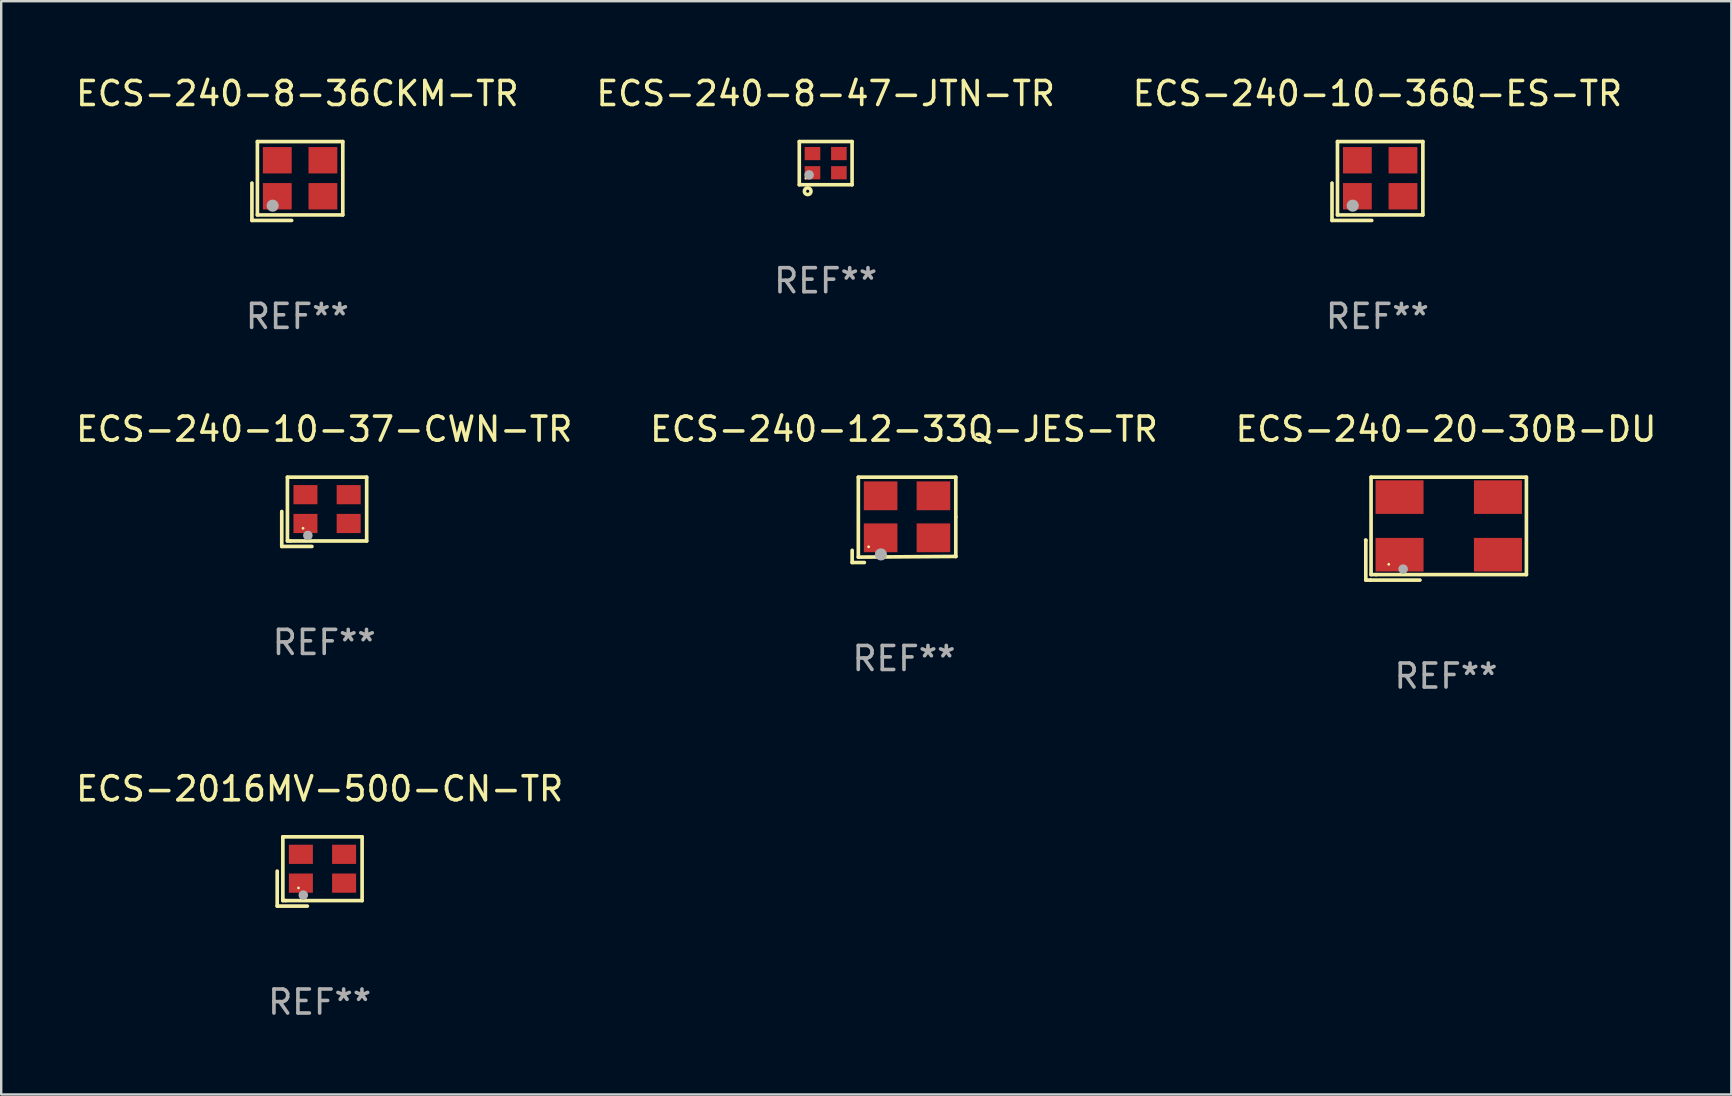
<source format=kicad_pcb>
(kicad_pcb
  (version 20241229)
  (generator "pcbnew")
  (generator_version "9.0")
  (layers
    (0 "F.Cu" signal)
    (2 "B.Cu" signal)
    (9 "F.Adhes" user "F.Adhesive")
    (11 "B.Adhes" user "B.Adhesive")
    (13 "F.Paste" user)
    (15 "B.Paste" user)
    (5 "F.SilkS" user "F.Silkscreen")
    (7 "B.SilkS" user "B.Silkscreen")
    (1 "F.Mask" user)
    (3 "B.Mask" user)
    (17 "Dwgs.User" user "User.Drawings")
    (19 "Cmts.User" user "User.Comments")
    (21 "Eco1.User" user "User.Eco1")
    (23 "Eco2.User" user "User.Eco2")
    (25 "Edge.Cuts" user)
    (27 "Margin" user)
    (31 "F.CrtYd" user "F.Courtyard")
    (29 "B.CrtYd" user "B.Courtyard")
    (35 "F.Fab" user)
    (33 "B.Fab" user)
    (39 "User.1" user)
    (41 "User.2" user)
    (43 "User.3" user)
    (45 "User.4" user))
  (footprint "ECS-2016MV-500-CN-TR"
    (layer "F.Cu")
    (at 10.268 33.258)
    (property "Reference" "ECS-2016MV-500-CN-TR" (at 0 -3.443 0) (layer "F.SilkS") (effects (font (size 1 1) (thickness 0.15))))
    (attr through_hole)
    (fp_line (start -1.769 -0.014) (end -1.769 1.443) (stroke (width 0.152) (type solid)) (layer "F.SilkS"))
    (fp_line (start -1.769 1.443) (end -0.512 1.443) (stroke (width 0.152) (type solid)) (layer "F.SilkS"))
    (fp_line (start -1.533 -1.443) (end 1.769 -1.443) (stroke (width 0.152) (type solid)) (layer "F.SilkS"))
    (fp_line (start -1.533 1.214) (end -1.533 -1.443) (stroke (width 0.152) (type solid)) (layer "F.SilkS"))
    (fp_line (start -1.411 1.214) (end -1.533 1.214) (stroke (width 0.152) (type solid)) (layer "F.SilkS"))
    (fp_line (start 1.769 -1.443) (end 1.769 1.214) (stroke (width 0.152) (type solid)) (layer "F.SilkS"))
    (fp_line (start 1.769 1.214) (end -1.411 1.214) (stroke (width 0.152) (type solid)) (layer "F.SilkS"))
    (fp_circle (center -0.882 0.686) (end -0.852 0.686) (stroke (width 0.06) (type solid)) (fill no) (layer "F.SilkS"))
    (fp_circle (center -0.682 0.986) (end -0.582 0.986) (stroke (width 0.2) (type solid)) (fill no) (layer "F.Fab"))
    (fp_text user "REF**" (at 0 5.443 0) (layer "F.Fab") (effects (font (size 1 1) (thickness 0.15))))
    (pad "1" smd rect (at -0.782 0.486 90) (size 0.8 1) (layers "F.Cu" "F.Mask" "F.Paste"))
    (pad "2" smd rect (at 1.018 0.486 90) (size 0.8 1) (layers "F.Cu" "F.Mask" "F.Paste"))
    (pad "3" smd rect (at 1.018 -0.714 90) (size 0.8 1) (layers "F.Cu" "F.Mask" "F.Paste"))
    (pad "4" smd rect (at -0.782 -0.714 90) (size 0.8 1) (layers "F.Cu" "F.Mask" "F.Paste")))
  (footprint "ECS-240-10-36Q-ES-TR"
    (layer "F.Cu")
    (at 54.339 4.491)
    (property "Reference" "ECS-240-10-36Q-ES-TR" (at 0 -3.643 0) (layer "F.SilkS") (effects (font (size 1 1) (thickness 0.15))))
    (attr through_hole)
    (fp_line (start -1.893 0.086) (end -1.893 1.643) (stroke (width 0.152) (type solid)) (layer "F.SilkS"))
    (fp_line (start -1.893 1.643) (end -0.237 1.643) (stroke (width 0.152) (type solid)) (layer "F.SilkS"))
    (fp_line (start -1.665 -1.643) (end 1.893 -1.643) (stroke (width 0.152) (type solid)) (layer "F.SilkS"))
    (fp_line (start -1.665 1.414) (end -1.665 -1.643) (stroke (width 0.152) (type solid)) (layer "F.SilkS"))
    (fp_line (start 1.893 -1.643) (end 1.893 1.414) (stroke (width 0.152) (type solid)) (layer "F.SilkS"))
    (fp_line (start 1.893 1.414) (end -1.665 1.414) (stroke (width 0.152) (type solid)) (layer "F.SilkS"))
    (fp_circle (center -1.136 0.885) (end -1.106 0.885) (stroke (width 0.06) (type solid)) (fill no) (layer "F.SilkS"))
    (fp_circle (center -1.029 1.028) (end -0.902 1.028) (stroke (width 0.254) (type solid)) (fill no) (layer "F.Fab"))
    (fp_text user "REF**" (at 0 5.643 0) (layer "F.Fab") (effects (font (size 1 1) (thickness 0.15))))
    (pad "1" smd rect (at -0.836 0.636) (size 1.2 1.1) (layers "F.Cu" "F.Mask" "F.Paste"))
    (pad "2" smd rect (at 1.064 0.636) (size 1.2 1.1) (layers "F.Cu" "F.Mask" "F.Paste"))
    (pad "3" smd rect (at 1.064 -0.865) (size 1.2 1.1) (layers "F.Cu" "F.Mask" "F.Paste"))
    (pad "4" smd rect (at -0.836 -0.865) (size 1.2 1.1) (layers "F.Cu" "F.Mask" "F.Paste")))
  (footprint "ECS-240-8-36CKM-TR"
    (layer "F.Cu")
    (at 9.339 4.491)
    (property "Reference" "ECS-240-8-36CKM-TR" (at 0 -3.643 0) (layer "F.SilkS") (effects (font (size 1 1) (thickness 0.15))))
    (attr through_hole)
    (fp_line (start -1.893 0.086) (end -1.893 1.643) (stroke (width 0.152) (type solid)) (layer "F.SilkS"))
    (fp_line (start -1.893 1.643) (end -0.237 1.643) (stroke (width 0.152) (type solid)) (layer "F.SilkS"))
    (fp_line (start -1.665 -1.643) (end 1.893 -1.643) (stroke (width 0.152) (type solid)) (layer "F.SilkS"))
    (fp_line (start -1.665 1.414) (end -1.665 -1.643) (stroke (width 0.152) (type solid)) (layer "F.SilkS"))
    (fp_line (start 1.893 -1.643) (end 1.893 1.414) (stroke (width 0.152) (type solid)) (layer "F.SilkS"))
    (fp_line (start 1.893 1.414) (end -1.665 1.414) (stroke (width 0.152) (type solid)) (layer "F.SilkS"))
    (fp_circle (center -1.136 0.885) (end -1.106 0.885) (stroke (width 0.06) (type solid)) (fill no) (layer "F.SilkS"))
    (fp_circle (center -1.029 1.028) (end -0.902 1.028) (stroke (width 0.254) (type solid)) (fill no) (layer "F.Fab"))
    (fp_text user "REF**" (at 0 5.643 0) (layer "F.Fab") (effects (font (size 1 1) (thickness 0.15))))
    (pad "1" smd rect (at -0.836 0.636) (size 1.2 1.1) (layers "F.Cu" "F.Mask" "F.Paste"))
    (pad "2" smd rect (at 1.064 0.636) (size 1.2 1.1) (layers "F.Cu" "F.Mask" "F.Paste"))
    (pad "3" smd rect (at 1.064 -0.865) (size 1.2 1.1) (layers "F.Cu" "F.Mask" "F.Paste"))
    (pad "4" smd rect (at -0.836 -0.865) (size 1.2 1.1) (layers "F.Cu" "F.Mask" "F.Paste")))
  (footprint "ECS-240-12-33Q-JES-TR"
    (layer "F.Cu")
    (at 34.613 18.609)
    (property "Reference" "ECS-240-12-33Q-JES-TR" (at 0 -3.778 0) (layer "F.SilkS") (effects (font (size 1 1) (thickness 0.15))))
    (attr through_hole)
    (fp_line (start -2.159 1.27) (end -2.159 1.778) (stroke (width 0.152) (type solid)) (layer "F.SilkS"))
    (fp_line (start -2.159 1.778) (end -1.651 1.778) (stroke (width 0.152) (type solid)) (layer "F.SilkS"))
    (fp_line (start -1.902 -1.778) (end 2.159 -1.778) (stroke (width 0.152) (type solid)) (layer "F.SilkS"))
    (fp_line (start -1.902 1.552) (end -1.902 -1.778) (stroke (width 0.152) (type solid)) (layer "F.SilkS"))
    (fp_line (start 2.159 -1.778) (end 2.159 -0.127) (stroke (width 0.152) (type solid)) (layer "F.SilkS"))
    (fp_line (start 2.159 -0.127) (end 2.159 1.524) (stroke (width 0.152) (type solid)) (layer "F.SilkS"))
    (fp_line (start 2.159 1.524) (end -1.902 1.552) (stroke (width 0.152) (type solid)) (layer "F.SilkS"))
    (fp_line (start 2.159 1.524) (end 2.159 1.524) (stroke (width 0.152) (type solid)) (layer "F.SilkS"))
    (fp_circle (center -1.473 1.123) (end -1.443 1.123) (stroke (width 0.06) (type solid)) (fill no) (layer "F.SilkS"))
    (fp_circle (center -0.961 1.44) (end -0.834 1.44) (stroke (width 0.254) (type solid)) (fill no) (layer "F.Fab"))
    (fp_text user "REF**" (at 0 5.778 0) (layer "F.Fab") (effects (font (size 1 1) (thickness 0.15))))
    (pad "1" smd rect (at -0.973 0.748) (size 1.4 1.2) (layers "F.Cu" "F.Mask" "F.Paste"))
    (pad "2" smd rect (at 1.227 0.748) (size 1.4 1.2) (layers "F.Cu" "F.Mask" "F.Paste"))
    (pad "3" smd rect (at 1.227 -1.002) (size 1.4 1.2) (layers "F.Cu" "F.Mask" "F.Paste"))
    (pad "4" smd rect (at -0.973 -1.002) (size 1.4 1.2) (layers "F.Cu" "F.Mask" "F.Paste")))
  (footprint "ECS-240-8-47-JTN-TR"
    (layer "F.Cu")
    (at 31.351 3.748)
    (property "Reference" "ECS-240-8-47-JTN-TR" (at 0 -2.9 0) (layer "F.SilkS") (effects (font (size 1 1) (thickness 0.15))))
    (attr through_hole)
    (fp_line (start -1.1 -0.9) (end -1.1 0.9) (stroke (width 0.15) (type solid)) (layer "F.SilkS"))
    (fp_line (start -1.1 -0.9) (end 1.1 -0.9) (stroke (width 0.15) (type solid)) (layer "F.SilkS"))
    (fp_line (start -1.1 0.9) (end 1.1 0.9) (stroke (width 0.15) (type solid)) (layer "F.SilkS"))
    (fp_line (start 1.1 -0.9) (end 1.1 0.9) (stroke (width 0.15) (type solid)) (layer "F.SilkS"))
    (fp_circle (center -0.825 0.625) (end -0.795 0.625) (stroke (width 0.06) (type solid)) (fill no) (layer "F.SilkS"))
    (fp_circle (center -0.75 1.17) (end -0.686 1.17) (stroke (width 0.15) (type solid)) (fill no) (layer "F.SilkS"))
    (fp_circle (center -0.69 0.49) (end -0.59 0.49) (stroke (width 0.2) (type solid)) (fill no) (layer "F.Fab"))
    (fp_text user "REF**" (at 0 4.9 0) (layer "F.Fab") (effects (font (size 1 1) (thickness 0.15))))
    (pad "1" smd rect (at -0.55 0.4) (size 0.65 0.55) (layers "F.Cu" "F.Mask" "F.Paste"))
    (pad "2" smd rect (at 0.55 0.4) (size 0.65 0.55) (layers "F.Cu" "F.Mask" "F.Paste"))
    (pad "3" smd rect (at 0.55 -0.4) (size 0.65 0.55) (layers "F.Cu" "F.Mask" "F.Paste"))
    (pad "4" smd rect (at -0.55 -0.4) (size 0.65 0.55) (layers "F.Cu" "F.Mask" "F.Paste")))
  (footprint "ECS-240-10-37-CWN-TR"
    (layer "F.Cu")
    (at 10.458 18.274)
    (property "Reference" "ECS-240-10-37-CWN-TR" (at 0 -3.443 0) (layer "F.SilkS") (effects (font (size 1 1) (thickness 0.15))))
    (attr through_hole)
    (fp_line (start -1.769 -0.014) (end -1.769 1.443) (stroke (width 0.152) (type solid)) (layer "F.SilkS"))
    (fp_line (start -1.769 1.443) (end -0.512 1.443) (stroke (width 0.152) (type solid)) (layer "F.SilkS"))
    (fp_line (start -1.533 -1.443) (end 1.769 -1.443) (stroke (width 0.152) (type solid)) (layer "F.SilkS"))
    (fp_line (start -1.533 1.214) (end -1.533 -1.443) (stroke (width 0.152) (type solid)) (layer "F.SilkS"))
    (fp_line (start -1.411 1.214) (end -1.533 1.214) (stroke (width 0.152) (type solid)) (layer "F.SilkS"))
    (fp_line (start 1.769 -1.443) (end 1.769 1.214) (stroke (width 0.152) (type solid)) (layer "F.SilkS"))
    (fp_line (start 1.769 1.214) (end -1.411 1.214) (stroke (width 0.152) (type solid)) (layer "F.SilkS"))
    (fp_circle (center -0.882 0.686) (end -0.852 0.686) (stroke (width 0.06) (type solid)) (fill no) (layer "F.SilkS"))
    (fp_circle (center -0.682 0.986) (end -0.582 0.986) (stroke (width 0.2) (type solid)) (fill no) (layer "F.Fab"))
    (fp_text user "REF**" (at 0 5.443 0) (layer "F.Fab") (effects (font (size 1 1) (thickness 0.15))))
    (pad "1" smd rect (at -0.782 0.486 90) (size 0.8 1) (layers "F.Cu" "F.Mask" "F.Paste"))
    (pad "2" smd rect (at 1.018 0.486 90) (size 0.8 1) (layers "F.Cu" "F.Mask" "F.Paste"))
    (pad "3" smd rect (at 1.018 -0.714 90) (size 0.8 1) (layers "F.Cu" "F.Mask" "F.Paste"))
    (pad "4" smd rect (at -0.782 -0.714 90) (size 0.8 1) (layers "F.Cu" "F.Mask" "F.Paste")))
  (footprint "ECS-240-20-30B-DU"
    (layer "F.Cu")
    (at 57.196 18.975)
    (property "Reference" "ECS-240-20-30B-DU" (at 0 -4.144 0) (layer "F.SilkS") (effects (font (size 1 1) (thickness 0.15))))
    (attr through_hole)
    (fp_line (start -3.35 0.476) (end -3.341 0.485) (stroke (width 0.152) (type solid)) (layer "F.SilkS"))
    (fp_line (start -3.341 0.485) (end -3.341 2.144) (stroke (width 0.152) (type solid)) (layer "F.SilkS"))
    (fp_line (start -3.341 2.144) (end -3.143 2.144) (stroke (width 0.152) (type solid)) (layer "F.SilkS"))
    (fp_line (start -3.143 2.144) (end -1.085 2.144) (stroke (width 0.152) (type solid)) (layer "F.SilkS"))
    (fp_line (start -3.122 -2.144) (end 3.35 -2.144) (stroke (width 0.152) (type solid)) (layer "F.SilkS"))
    (fp_line (start -3.122 1.915) (end -3.122 -2.144) (stroke (width 0.152) (type solid)) (layer "F.SilkS"))
    (fp_line (start -2.914 1.915) (end -3.122 1.915) (stroke (width 0.152) (type solid)) (layer "F.SilkS"))
    (fp_line (start 3.35 -2.144) (end 3.35 1.915) (stroke (width 0.152) (type solid)) (layer "F.SilkS"))
    (fp_line (start 3.35 1.915) (end -2.914 1.915) (stroke (width 0.152) (type solid)) (layer "F.SilkS"))
    (fp_circle (center -2.386 1.486) (end -2.356 1.486) (stroke (width 0.06) (type solid)) (fill no) (layer "F.SilkS"))
    (fp_circle (center -1.786 1.686) (end -1.686 1.686) (stroke (width 0.2) (type solid)) (fill no) (layer "F.Fab"))
    (fp_text user "REF**" (at 0 6.144 0) (layer "F.Fab") (effects (font (size 1 1) (thickness 0.15))))
    (pad "1" smd rect (at -1.936 1.086) (size 2 1.4) (layers "F.Cu" "F.Mask" "F.Paste"))
    (pad "2" smd rect (at 2.164 1.086) (size 2 1.4) (layers "F.Cu" "F.Mask" "F.Paste"))
    (pad "3" smd rect (at 2.164 -1.314) (size 2 1.4) (layers "F.Cu" "F.Mask" "F.Paste"))
    (pad "4" smd rect (at -1.936 -1.314) (size 2 1.4) (layers "F.Cu" "F.Mask" "F.Paste")))
  (gr_rect
    (start -3 -3)
    (end 69.083 42.549)
    (stroke (width 0.1) (type default))
    (fill no)
    (layer "Edge.Cuts")))
</source>
